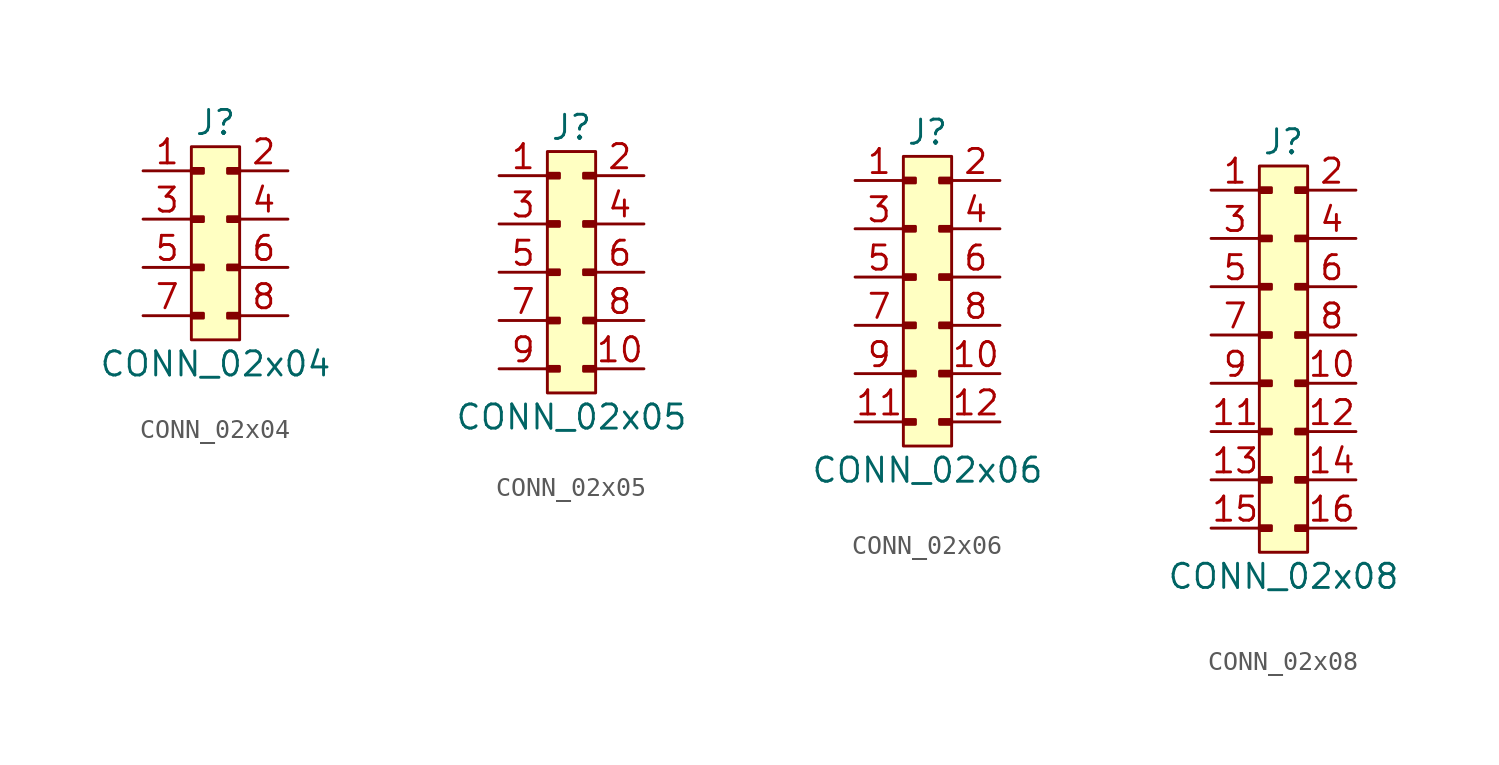
<source format=kicad_sym>
(kicad_symbol_lib
  (version 20211014)
  (generator agg_kicad.build_lib_connector)
  (symbol "CONN_02x04"
    (pin_names hide)
    (property Reference J
      (at -1.27 2.54 0)
      (effects (font (size 1.27 1.27))))
    (property Value "CONN_02x04"
      (at -1.27 -10.16 0)
      (effects (font (size 1.27 1.27))))
    (rectangle
      (start 0 -8.89)
      (end -2.54 1.27)
      (stroke (width 0) (type default) (color 0 0 0 0))
      (fill (type background)))
    (rectangle
      (start 0 0.127)
      (end -0.635 -0.127)
      (stroke (width 0) (type default) (color 0 0 0 0))
      (fill (type outline)))
    (rectangle
      (start -2.54 0.127)
      (end -1.905 -0.127)
      (stroke (width 0) (type default) (color 0 0 0 0))
      (fill (type outline)))
    (rectangle
      (start 0 -2.413)
      (end -0.635 -2.667)
      (stroke (width 0) (type default) (color 0 0 0 0))
      (fill (type outline)))
    (rectangle
      (start -2.54 -2.413)
      (end -1.905 -2.667)
      (stroke (width 0) (type default) (color 0 0 0 0))
      (fill (type outline)))
    (rectangle
      (start 0 -4.953)
      (end -0.635 -5.207)
      (stroke (width 0) (type default) (color 0 0 0 0))
      (fill (type outline)))
    (rectangle
      (start -2.54 -4.953)
      (end -1.905 -5.207)
      (stroke (width 0) (type default) (color 0 0 0 0))
      (fill (type outline)))
    (rectangle
      (start 0 -7.493)
      (end -0.635 -7.747)
      (stroke (width 0) (type default) (color 0 0 0 0))
      (fill (type outline)))
    (rectangle
      (start -2.54 -7.493)
      (end -1.905 -7.747)
      (stroke (width 0) (type default) (color 0 0 0 0))
      (fill (type outline)))
    (pin passive line
      (at 2.54 0 180)
      (length 2.54)
      (name "2" (effects (font (size 1.27 1.27))))
      (number "2" (effects (font (size 1.27 1.27)))))
    (pin passive line
      (at -5.08 0 0)
      (length 2.54)
      (name "1" (effects (font (size 1.27 1.27))))
      (number "1" (effects (font (size 1.27 1.27)))))
    (pin passive line
      (at 2.54 -2.54 180)
      (length 2.54)
      (name "4" (effects (font (size 1.27 1.27))))
      (number "4" (effects (font (size 1.27 1.27)))))
    (pin passive line
      (at -5.08 -2.54 0)
      (length 2.54)
      (name "3" (effects (font (size 1.27 1.27))))
      (number "3" (effects (font (size 1.27 1.27)))))
    (pin passive line
      (at 2.54 -5.08 180)
      (length 2.54)
      (name "6" (effects (font (size 1.27 1.27))))
      (number "6" (effects (font (size 1.27 1.27)))))
    (pin passive line
      (at -5.08 -5.08 0)
      (length 2.54)
      (name "5" (effects (font (size 1.27 1.27))))
      (number "5" (effects (font (size 1.27 1.27)))))
    (pin passive line
      (at 2.54 -7.62 180)
      (length 2.54)
      (name "8" (effects (font (size 1.27 1.27))))
      (number "8" (effects (font (size 1.27 1.27)))))
    (pin passive line
      (at -5.08 -7.62 0)
      (length 2.54)
      (name "7" (effects (font (size 1.27 1.27))))
      (number "7" (effects (font (size 1.27 1.27))))))
  (symbol "CONN_02x05"
    (pin_names hide)
    (property Reference J
      (at -1.27 2.54 0)
      (effects (font (size 1.27 1.27))))
    (property Value "CONN_02x05"
      (at -1.27 -12.7 0)
      (effects (font (size 1.27 1.27))))
    (rectangle
      (start 0 -11.43)
      (end -2.54 1.27)
      (stroke (width 0) (type default) (color 0 0 0 0))
      (fill (type background)))
    (rectangle
      (start 0 0.127)
      (end -0.635 -0.127)
      (stroke (width 0) (type default) (color 0 0 0 0))
      (fill (type outline)))
    (rectangle
      (start -2.54 0.127)
      (end -1.905 -0.127)
      (stroke (width 0) (type default) (color 0 0 0 0))
      (fill (type outline)))
    (rectangle
      (start 0 -2.413)
      (end -0.635 -2.667)
      (stroke (width 0) (type default) (color 0 0 0 0))
      (fill (type outline)))
    (rectangle
      (start -2.54 -2.413)
      (end -1.905 -2.667)
      (stroke (width 0) (type default) (color 0 0 0 0))
      (fill (type outline)))
    (rectangle
      (start 0 -4.953)
      (end -0.635 -5.207)
      (stroke (width 0) (type default) (color 0 0 0 0))
      (fill (type outline)))
    (rectangle
      (start -2.54 -4.953)
      (end -1.905 -5.207)
      (stroke (width 0) (type default) (color 0 0 0 0))
      (fill (type outline)))
    (rectangle
      (start 0 -7.493)
      (end -0.635 -7.747)
      (stroke (width 0) (type default) (color 0 0 0 0))
      (fill (type outline)))
    (rectangle
      (start -2.54 -7.493)
      (end -1.905 -7.747)
      (stroke (width 0) (type default) (color 0 0 0 0))
      (fill (type outline)))
    (rectangle
      (start 0 -10.033)
      (end -0.635 -10.287)
      (stroke (width 0) (type default) (color 0 0 0 0))
      (fill (type outline)))
    (rectangle
      (start -2.54 -10.033)
      (end -1.905 -10.287)
      (stroke (width 0) (type default) (color 0 0 0 0))
      (fill (type outline)))
    (pin passive line
      (at 2.54 0 180)
      (length 2.54)
      (name "2" (effects (font (size 1.27 1.27))))
      (number "2" (effects (font (size 1.27 1.27)))))
    (pin passive line
      (at -5.08 0 0)
      (length 2.54)
      (name "1" (effects (font (size 1.27 1.27))))
      (number "1" (effects (font (size 1.27 1.27)))))
    (pin passive line
      (at 2.54 -2.54 180)
      (length 2.54)
      (name "4" (effects (font (size 1.27 1.27))))
      (number "4" (effects (font (size 1.27 1.27)))))
    (pin passive line
      (at -5.08 -2.54 0)
      (length 2.54)
      (name "3" (effects (font (size 1.27 1.27))))
      (number "3" (effects (font (size 1.27 1.27)))))
    (pin passive line
      (at 2.54 -5.08 180)
      (length 2.54)
      (name "6" (effects (font (size 1.27 1.27))))
      (number "6" (effects (font (size 1.27 1.27)))))
    (pin passive line
      (at -5.08 -5.08 0)
      (length 2.54)
      (name "5" (effects (font (size 1.27 1.27))))
      (number "5" (effects (font (size 1.27 1.27)))))
    (pin passive line
      (at 2.54 -7.62 180)
      (length 2.54)
      (name "8" (effects (font (size 1.27 1.27))))
      (number "8" (effects (font (size 1.27 1.27)))))
    (pin passive line
      (at -5.08 -7.62 0)
      (length 2.54)
      (name "7" (effects (font (size 1.27 1.27))))
      (number "7" (effects (font (size 1.27 1.27)))))
    (pin passive line
      (at 2.54 -10.16 180)
      (length 2.54)
      (name "10" (effects (font (size 1.27 1.27))))
      (number "10" (effects (font (size 1.27 1.27)))))
    (pin passive line
      (at -5.08 -10.16 0)
      (length 2.54)
      (name "9" (effects (font (size 1.27 1.27))))
      (number "9" (effects (font (size 1.27 1.27))))))
  (symbol "CONN_02x06"
    (pin_names hide)
    (property Reference J
      (at -1.27 2.54 0)
      (effects (font (size 1.27 1.27))))
    (property Value "CONN_02x06"
      (at -1.27 -15.24 0)
      (effects (font (size 1.27 1.27))))
    (rectangle
      (start 0 -13.97)
      (end -2.54 1.27)
      (stroke (width 0) (type default) (color 0 0 0 0))
      (fill (type background)))
    (rectangle
      (start 0 0.127)
      (end -0.635 -0.127)
      (stroke (width 0) (type default) (color 0 0 0 0))
      (fill (type outline)))
    (rectangle
      (start -2.54 0.127)
      (end -1.905 -0.127)
      (stroke (width 0) (type default) (color 0 0 0 0))
      (fill (type outline)))
    (rectangle
      (start 0 -2.413)
      (end -0.635 -2.667)
      (stroke (width 0) (type default) (color 0 0 0 0))
      (fill (type outline)))
    (rectangle
      (start -2.54 -2.413)
      (end -1.905 -2.667)
      (stroke (width 0) (type default) (color 0 0 0 0))
      (fill (type outline)))
    (rectangle
      (start 0 -4.953)
      (end -0.635 -5.207)
      (stroke (width 0) (type default) (color 0 0 0 0))
      (fill (type outline)))
    (rectangle
      (start -2.54 -4.953)
      (end -1.905 -5.207)
      (stroke (width 0) (type default) (color 0 0 0 0))
      (fill (type outline)))
    (rectangle
      (start 0 -7.493)
      (end -0.635 -7.747)
      (stroke (width 0) (type default) (color 0 0 0 0))
      (fill (type outline)))
    (rectangle
      (start -2.54 -7.493)
      (end -1.905 -7.747)
      (stroke (width 0) (type default) (color 0 0 0 0))
      (fill (type outline)))
    (rectangle
      (start 0 -10.033)
      (end -0.635 -10.287)
      (stroke (width 0) (type default) (color 0 0 0 0))
      (fill (type outline)))
    (rectangle
      (start -2.54 -10.033)
      (end -1.905 -10.287)
      (stroke (width 0) (type default) (color 0 0 0 0))
      (fill (type outline)))
    (rectangle
      (start 0 -12.573)
      (end -0.635 -12.827)
      (stroke (width 0) (type default) (color 0 0 0 0))
      (fill (type outline)))
    (rectangle
      (start -2.54 -12.573)
      (end -1.905 -12.827)
      (stroke (width 0) (type default) (color 0 0 0 0))
      (fill (type outline)))
    (pin passive line
      (at 2.54 0 180)
      (length 2.54)
      (name "2" (effects (font (size 1.27 1.27))))
      (number "2" (effects (font (size 1.27 1.27)))))
    (pin passive line
      (at -5.08 0 0)
      (length 2.54)
      (name "1" (effects (font (size 1.27 1.27))))
      (number "1" (effects (font (size 1.27 1.27)))))
    (pin passive line
      (at 2.54 -2.54 180)
      (length 2.54)
      (name "4" (effects (font (size 1.27 1.27))))
      (number "4" (effects (font (size 1.27 1.27)))))
    (pin passive line
      (at -5.08 -2.54 0)
      (length 2.54)
      (name "3" (effects (font (size 1.27 1.27))))
      (number "3" (effects (font (size 1.27 1.27)))))
    (pin passive line
      (at 2.54 -5.08 180)
      (length 2.54)
      (name "6" (effects (font (size 1.27 1.27))))
      (number "6" (effects (font (size 1.27 1.27)))))
    (pin passive line
      (at -5.08 -5.08 0)
      (length 2.54)
      (name "5" (effects (font (size 1.27 1.27))))
      (number "5" (effects (font (size 1.27 1.27)))))
    (pin passive line
      (at 2.54 -7.62 180)
      (length 2.54)
      (name "8" (effects (font (size 1.27 1.27))))
      (number "8" (effects (font (size 1.27 1.27)))))
    (pin passive line
      (at -5.08 -7.62 0)
      (length 2.54)
      (name "7" (effects (font (size 1.27 1.27))))
      (number "7" (effects (font (size 1.27 1.27)))))
    (pin passive line
      (at 2.54 -10.16 180)
      (length 2.54)
      (name "10" (effects (font (size 1.27 1.27))))
      (number "10" (effects (font (size 1.27 1.27)))))
    (pin passive line
      (at -5.08 -10.16 0)
      (length 2.54)
      (name "9" (effects (font (size 1.27 1.27))))
      (number "9" (effects (font (size 1.27 1.27)))))
    (pin passive line
      (at 2.54 -12.7 180)
      (length 2.54)
      (name "12" (effects (font (size 1.27 1.27))))
      (number "12" (effects (font (size 1.27 1.27)))))
    (pin passive line
      (at -5.08 -12.7 0)
      (length 2.54)
      (name "11" (effects (font (size 1.27 1.27))))
      (number "11" (effects (font (size 1.27 1.27))))))
  (symbol "CONN_02x08"
    (pin_names hide)
    (property Reference J
      (at -1.27 2.54 0)
      (effects (font (size 1.27 1.27))))
    (property Value "CONN_02x08"
      (at -1.27 -20.32 0)
      (effects (font (size 1.27 1.27))))
    (rectangle
      (start 0 -19.05)
      (end -2.54 1.27)
      (stroke (width 0) (type default) (color 0 0 0 0))
      (fill (type background)))
    (rectangle
      (start 0 0.127)
      (end -0.635 -0.127)
      (stroke (width 0) (type default) (color 0 0 0 0))
      (fill (type outline)))
    (rectangle
      (start -2.54 0.127)
      (end -1.905 -0.127)
      (stroke (width 0) (type default) (color 0 0 0 0))
      (fill (type outline)))
    (rectangle
      (start 0 -2.413)
      (end -0.635 -2.667)
      (stroke (width 0) (type default) (color 0 0 0 0))
      (fill (type outline)))
    (rectangle
      (start -2.54 -2.413)
      (end -1.905 -2.667)
      (stroke (width 0) (type default) (color 0 0 0 0))
      (fill (type outline)))
    (rectangle
      (start 0 -4.953)
      (end -0.635 -5.207)
      (stroke (width 0) (type default) (color 0 0 0 0))
      (fill (type outline)))
    (rectangle
      (start -2.54 -4.953)
      (end -1.905 -5.207)
      (stroke (width 0) (type default) (color 0 0 0 0))
      (fill (type outline)))
    (rectangle
      (start 0 -7.493)
      (end -0.635 -7.747)
      (stroke (width 0) (type default) (color 0 0 0 0))
      (fill (type outline)))
    (rectangle
      (start -2.54 -7.493)
      (end -1.905 -7.747)
      (stroke (width 0) (type default) (color 0 0 0 0))
      (fill (type outline)))
    (rectangle
      (start 0 -10.033)
      (end -0.635 -10.287)
      (stroke (width 0) (type default) (color 0 0 0 0))
      (fill (type outline)))
    (rectangle
      (start -2.54 -10.033)
      (end -1.905 -10.287)
      (stroke (width 0) (type default) (color 0 0 0 0))
      (fill (type outline)))
    (rectangle
      (start 0 -12.573)
      (end -0.635 -12.827)
      (stroke (width 0) (type default) (color 0 0 0 0))
      (fill (type outline)))
    (rectangle
      (start -2.54 -12.573)
      (end -1.905 -12.827)
      (stroke (width 0) (type default) (color 0 0 0 0))
      (fill (type outline)))
    (rectangle
      (start 0 -15.113)
      (end -0.635 -15.367)
      (stroke (width 0) (type default) (color 0 0 0 0))
      (fill (type outline)))
    (rectangle
      (start -2.54 -15.113)
      (end -1.905 -15.367)
      (stroke (width 0) (type default) (color 0 0 0 0))
      (fill (type outline)))
    (rectangle
      (start 0 -17.653)
      (end -0.635 -17.907)
      (stroke (width 0) (type default) (color 0 0 0 0))
      (fill (type outline)))
    (rectangle
      (start -2.54 -17.653)
      (end -1.905 -17.907)
      (stroke (width 0) (type default) (color 0 0 0 0))
      (fill (type outline)))
    (pin passive line
      (at 2.54 0 180)
      (length 2.54)
      (name "2" (effects (font (size 1.27 1.27))))
      (number "2" (effects (font (size 1.27 1.27)))))
    (pin passive line
      (at -5.08 0 0)
      (length 2.54)
      (name "1" (effects (font (size 1.27 1.27))))
      (number "1" (effects (font (size 1.27 1.27)))))
    (pin passive line
      (at 2.54 -2.54 180)
      (length 2.54)
      (name "4" (effects (font (size 1.27 1.27))))
      (number "4" (effects (font (size 1.27 1.27)))))
    (pin passive line
      (at -5.08 -2.54 0)
      (length 2.54)
      (name "3" (effects (font (size 1.27 1.27))))
      (number "3" (effects (font (size 1.27 1.27)))))
    (pin passive line
      (at 2.54 -5.08 180)
      (length 2.54)
      (name "6" (effects (font (size 1.27 1.27))))
      (number "6" (effects (font (size 1.27 1.27)))))
    (pin passive line
      (at -5.08 -5.08 0)
      (length 2.54)
      (name "5" (effects (font (size 1.27 1.27))))
      (number "5" (effects (font (size 1.27 1.27)))))
    (pin passive line
      (at 2.54 -7.62 180)
      (length 2.54)
      (name "8" (effects (font (size 1.27 1.27))))
      (number "8" (effects (font (size 1.27 1.27)))))
    (pin passive line
      (at -5.08 -7.62 0)
      (length 2.54)
      (name "7" (effects (font (size 1.27 1.27))))
      (number "7" (effects (font (size 1.27 1.27)))))
    (pin passive line
      (at 2.54 -10.16 180)
      (length 2.54)
      (name "10" (effects (font (size 1.27 1.27))))
      (number "10" (effects (font (size 1.27 1.27)))))
    (pin passive line
      (at -5.08 -10.16 0)
      (length 2.54)
      (name "9" (effects (font (size 1.27 1.27))))
      (number "9" (effects (font (size 1.27 1.27)))))
    (pin passive line
      (at 2.54 -12.7 180)
      (length 2.54)
      (name "12" (effects (font (size 1.27 1.27))))
      (number "12" (effects (font (size 1.27 1.27)))))
    (pin passive line
      (at -5.08 -12.7 0)
      (length 2.54)
      (name "11" (effects (font (size 1.27 1.27))))
      (number "11" (effects (font (size 1.27 1.27)))))
    (pin passive line
      (at 2.54 -15.24 180)
      (length 2.54)
      (name "14" (effects (font (size 1.27 1.27))))
      (number "14" (effects (font (size 1.27 1.27)))))
    (pin passive line
      (at -5.08 -15.24 0)
      (length 2.54)
      (name "13" (effects (font (size 1.27 1.27))))
      (number "13" (effects (font (size 1.27 1.27)))))
    (pin passive line
      (at 2.54 -17.78 180)
      (length 2.54)
      (name "16" (effects (font (size 1.27 1.27))))
      (number "16" (effects (font (size 1.27 1.27)))))
    (pin passive line
      (at -5.08 -17.78 0)
      (length 2.54)
      (name "15" (effects (font (size 1.27 1.27))))
      (number "15" (effects (font (size 1.27 1.27)))))))
</source>
